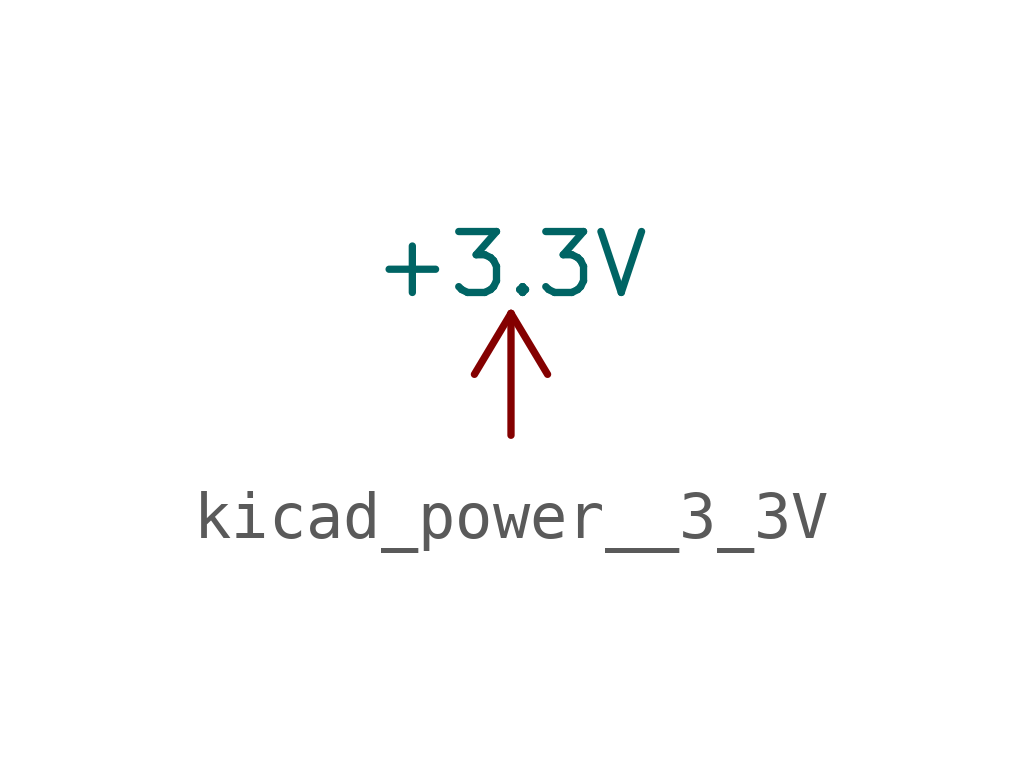
<source format=kicad_sym>
(kicad_symbol_lib
  (version 20220914)
  (generator kicad_symbol_editor)
  (symbol "kicad_power__3_3V"
    (power)
    (pin_names
      (offset 0))
    (property "Reference" "#PWR"
      (at 0 -3.81 0)
      (effects (font (size 1.27 1.27)) hide))
    (property "Value" "+3.3V"
      (at 0 3.556 0)
      (effects (font (size 1.27 1.27))))
    (symbol "kicad_power__3_3V_0_1"
      (polyline (pts (xy -0.762 1.27) (xy 0 2.54)) (stroke (width 0) (type default)) (fill (type none)))
      (polyline (pts (xy 0 0) (xy 0 2.54)) (stroke (width 0) (type default)) (fill (type none)))
      (polyline (pts (xy 0 2.54) (xy 0.762 1.27)) (stroke (width 0) (type default)) (fill (type none))))
    (symbol "kicad_power__3_3V_1_1"
      (pin power_in line (at 0 0 90) (length 0) hide (name "+3.3V" (effects (font (size 1.27 1.27)))) (number "1" (effects (font (size 1.27 1.27))))))))
</source>
